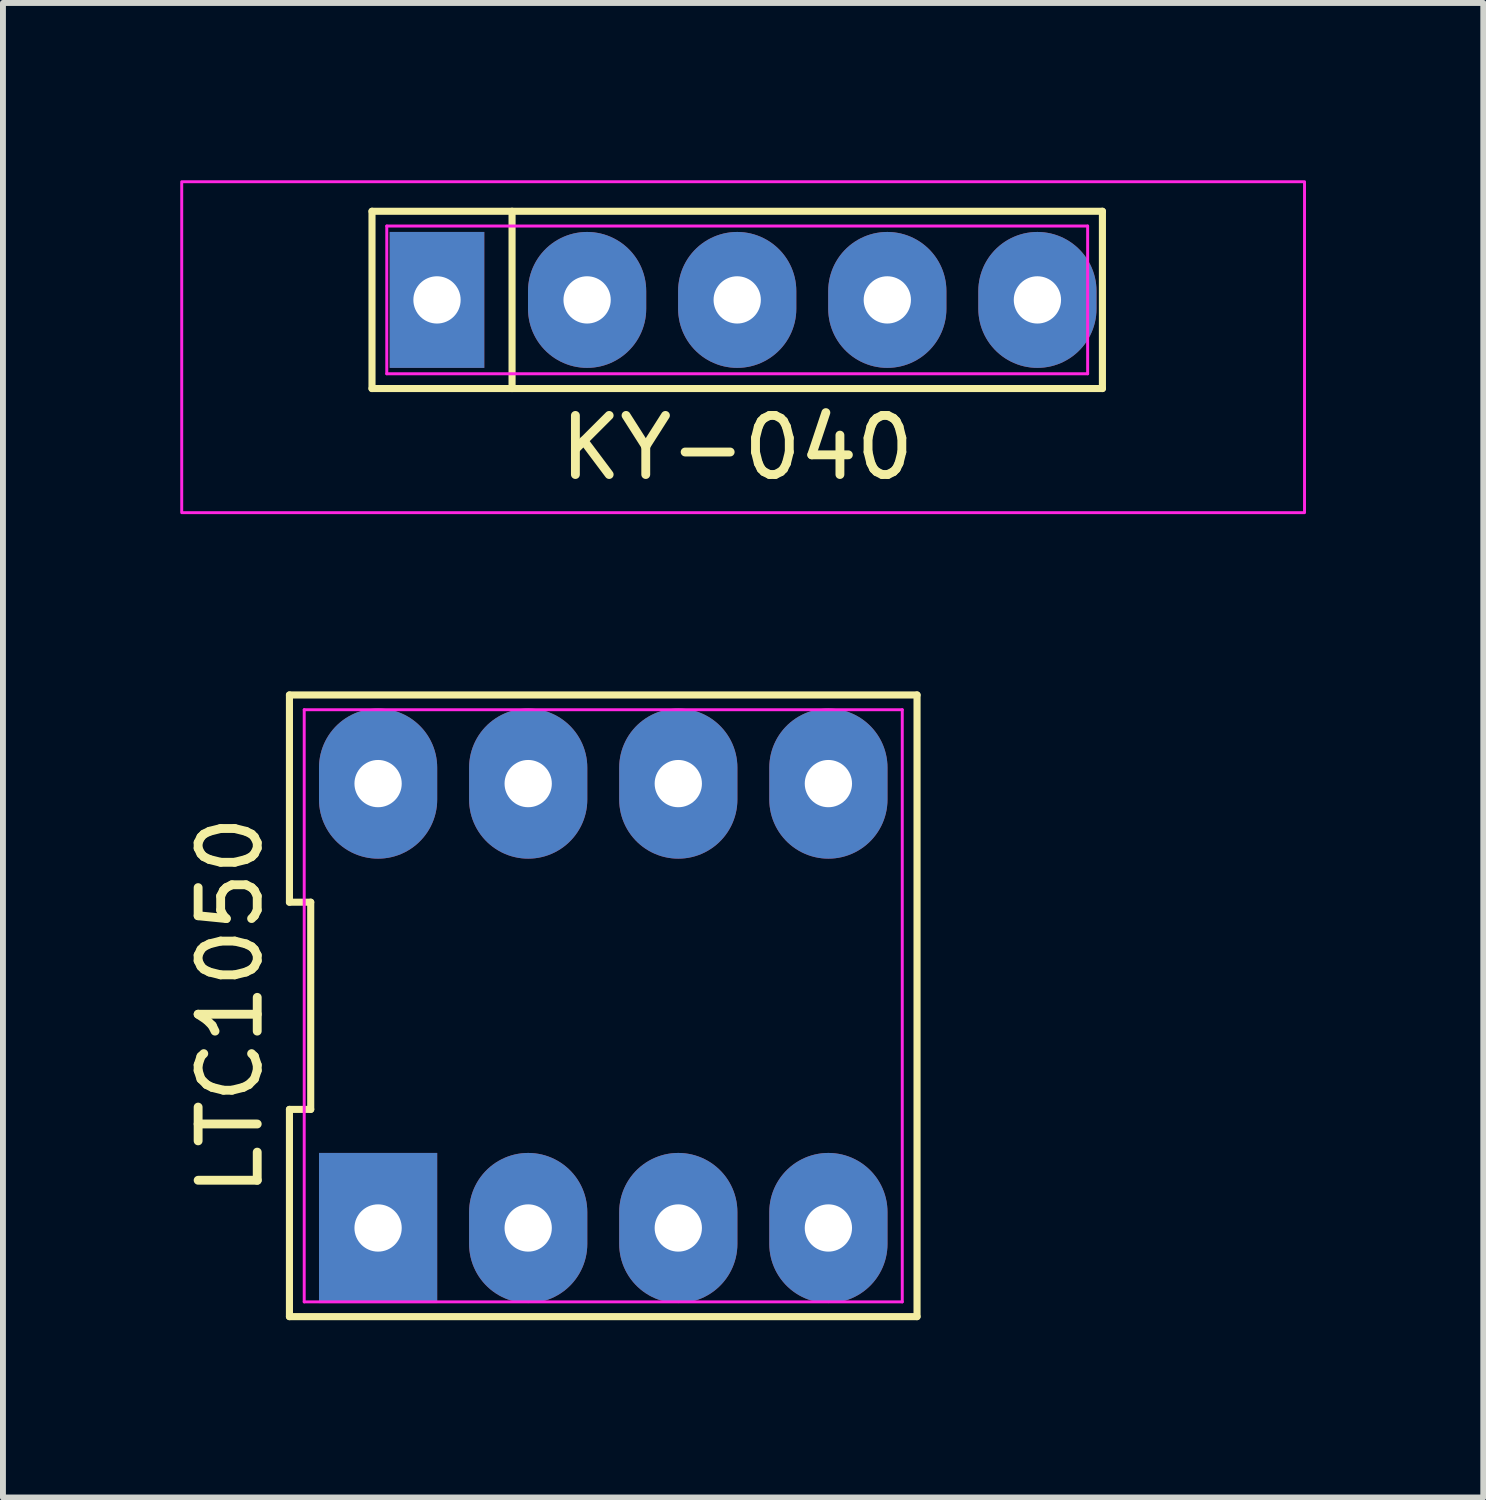
<source format=kicad_pcb>
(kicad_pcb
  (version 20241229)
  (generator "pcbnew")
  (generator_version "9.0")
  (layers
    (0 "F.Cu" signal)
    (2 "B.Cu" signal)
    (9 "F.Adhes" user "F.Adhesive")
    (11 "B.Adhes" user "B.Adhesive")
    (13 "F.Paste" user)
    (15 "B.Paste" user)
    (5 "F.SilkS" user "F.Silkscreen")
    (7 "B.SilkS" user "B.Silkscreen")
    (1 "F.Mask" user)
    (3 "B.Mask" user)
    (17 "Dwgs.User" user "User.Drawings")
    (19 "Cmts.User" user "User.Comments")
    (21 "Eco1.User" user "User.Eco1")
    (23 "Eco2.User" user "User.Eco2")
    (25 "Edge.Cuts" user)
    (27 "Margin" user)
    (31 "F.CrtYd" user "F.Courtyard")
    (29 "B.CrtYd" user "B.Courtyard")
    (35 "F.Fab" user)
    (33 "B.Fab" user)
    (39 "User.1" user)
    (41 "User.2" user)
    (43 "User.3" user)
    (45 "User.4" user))
  (footprint "LTC1050"
    (layer "F.Cu")
    (at 7.158 13.97)
    (property "Reference" "LTC1050" (at -6.31 0 90) (layer "F.SilkS") (effects (font (size 1 1) (thickness 0.15))))
    (attr through_hole)
    (fp_line (start -5.31 -5.26) (end -5.31 -1.753) (stroke (width 0.12) (type default)) (layer "F.SilkS"))
    (fp_line (start -5.31 -1.753) (end -4.95 -1.753) (stroke (width 0.12) (type default)) (layer "F.SilkS"))
    (fp_line (start -5.31 1.753) (end -5.31 5.26) (stroke (width 0.12) (type default)) (layer "F.SilkS"))
    (fp_line (start -5.31 5.26) (end 5.31 5.26) (stroke (width 0.12) (type default)) (layer "F.SilkS"))
    (fp_line (start -4.95 -1.753) (end -4.95 1.753) (stroke (width 0.12) (type default)) (layer "F.SilkS"))
    (fp_line (start -4.95 1.753) (end -5.31 1.753) (stroke (width 0.12) (type default)) (layer "F.SilkS"))
    (fp_line (start 5.31 -5.26) (end -5.31 -5.26) (stroke (width 0.12) (type default)) (layer "F.SilkS"))
    (fp_line (start 5.31 5.26) (end 5.31 -5.26) (stroke (width 0.12) (type default)) (layer "F.SilkS"))
    (fp_line (start -5.06 -5.01) (end 5.06 -5.01) (stroke (width 0.05) (type default)) (layer "F.CrtYd"))
    (fp_line (start -5.06 5.01) (end -5.06 -5.01) (stroke (width 0.05) (type default)) (layer "F.CrtYd"))
    (fp_line (start 5.06 -5.01) (end 5.06 5.01) (stroke (width 0.05) (type default)) (layer "F.CrtYd"))
    (fp_line (start 5.06 5.01) (end -5.06 5.01) (stroke (width 0.05) (type default)) (layer "F.CrtYd"))
    (pad "1" thru_hole rect (at -3.81 3.76) (size 2 2.54) (drill 0.8) (layers "*.Cu" "*.Mask"))
    (pad "2" thru_hole oval (at -1.27 3.76) (size 2 2.54) (drill 0.8) (layers "*.Cu" "*.Mask"))
    (pad "3" thru_hole oval (at 1.27 3.76) (size 2 2.54) (drill 0.8) (layers "*.Cu" "*.Mask"))
    (pad "4" thru_hole oval (at 3.81 3.76) (size 2 2.54) (drill 0.8) (layers "*.Cu" "*.Mask"))
    (pad "5" thru_hole oval (at 3.81 -3.76) (size 2 2.54) (drill 0.8) (layers "*.Cu" "*.Mask"))
    (pad "6" thru_hole oval (at 1.27 -3.76) (size 2 2.54) (drill 0.8) (layers "*.Cu" "*.Mask"))
    (pad "7" thru_hole oval (at -1.27 -3.76) (size 2 2.54) (drill 0.8) (layers "*.Cu" "*.Mask"))
    (pad "8" thru_hole oval (at -3.81 -3.76) (size 2 2.54) (drill 0.8) (layers "*.Cu" "*.Mask")))
  (footprint "KY-040"
    (layer "F.Cu")
    (at 9.425 2.025)
    (property "Reference" "KY-040" (at 0 2.5 0) (layer "F.SilkS") (effects (font (size 1 1) (thickness 0.15))))
    (attr through_hole)
    (fp_line (start -6.18 -1.5) (end 6.18 -1.5) (stroke (width 0.12) (type default)) (layer "F.SilkS"))
    (fp_line (start -6.18 1.5) (end -6.18 -1.5) (stroke (width 0.12) (type default)) (layer "F.SilkS"))
    (fp_line (start -3.81 -1.5) (end -3.81 1.5) (stroke (width 0.12) (type default)) (layer "F.SilkS"))
    (fp_line (start 6.18 -1.5) (end 6.18 1.5) (stroke (width 0.12) (type default)) (layer "F.SilkS"))
    (fp_line (start 6.18 1.5) (end -6.18 1.5) (stroke (width 0.12) (type default)) (layer "F.SilkS"))
    (fp_line (start -5.93 -1.25) (end 5.93 -1.25) (stroke (width 0.05) (type default)) (layer "F.CrtYd"))
    (fp_line (start -5.93 1.25) (end -5.93 -1.25) (stroke (width 0.05) (type default)) (layer "F.CrtYd"))
    (fp_line (start 5.93 -1.25) (end 5.93 1.25) (stroke (width 0.05) (type default)) (layer "F.CrtYd"))
    (fp_line (start 5.93 1.25) (end -5.93 1.25) (stroke (width 0.05) (type default)) (layer "F.CrtYd"))
    (fp_rect (start -9.4 -2) (end 9.6 3.6) (stroke (width 0.05) (type default)) (fill no) (layer "F.CrtYd"))
    (pad "1" thru_hole rect (at -5.08 0) (size 1.6 2.3) (drill 0.8) (layers "*.Cu" "*.Mask"))
    (pad "2" thru_hole oval (at -2.54 0) (size 2 2.3) (drill 0.8) (layers "*.Cu" "*.Mask"))
    (pad "3" thru_hole oval (at 0 0) (size 2 2.3) (drill 0.8) (layers "*.Cu" "*.Mask"))
    (pad "4" thru_hole oval (at 2.54 0) (size 2 2.3) (drill 0.8) (layers "*.Cu" "*.Mask"))
    (pad "5" thru_hole oval (at 5.08 0) (size 2 2.3) (drill 0.8) (layers "*.Cu" "*.Mask")))
  (gr_rect
    (start -3 -3)
    (end 22.05 22.29)
    (stroke (width 0.1) (type default))
    (fill no)
    (layer "Edge.Cuts")))
</source>
